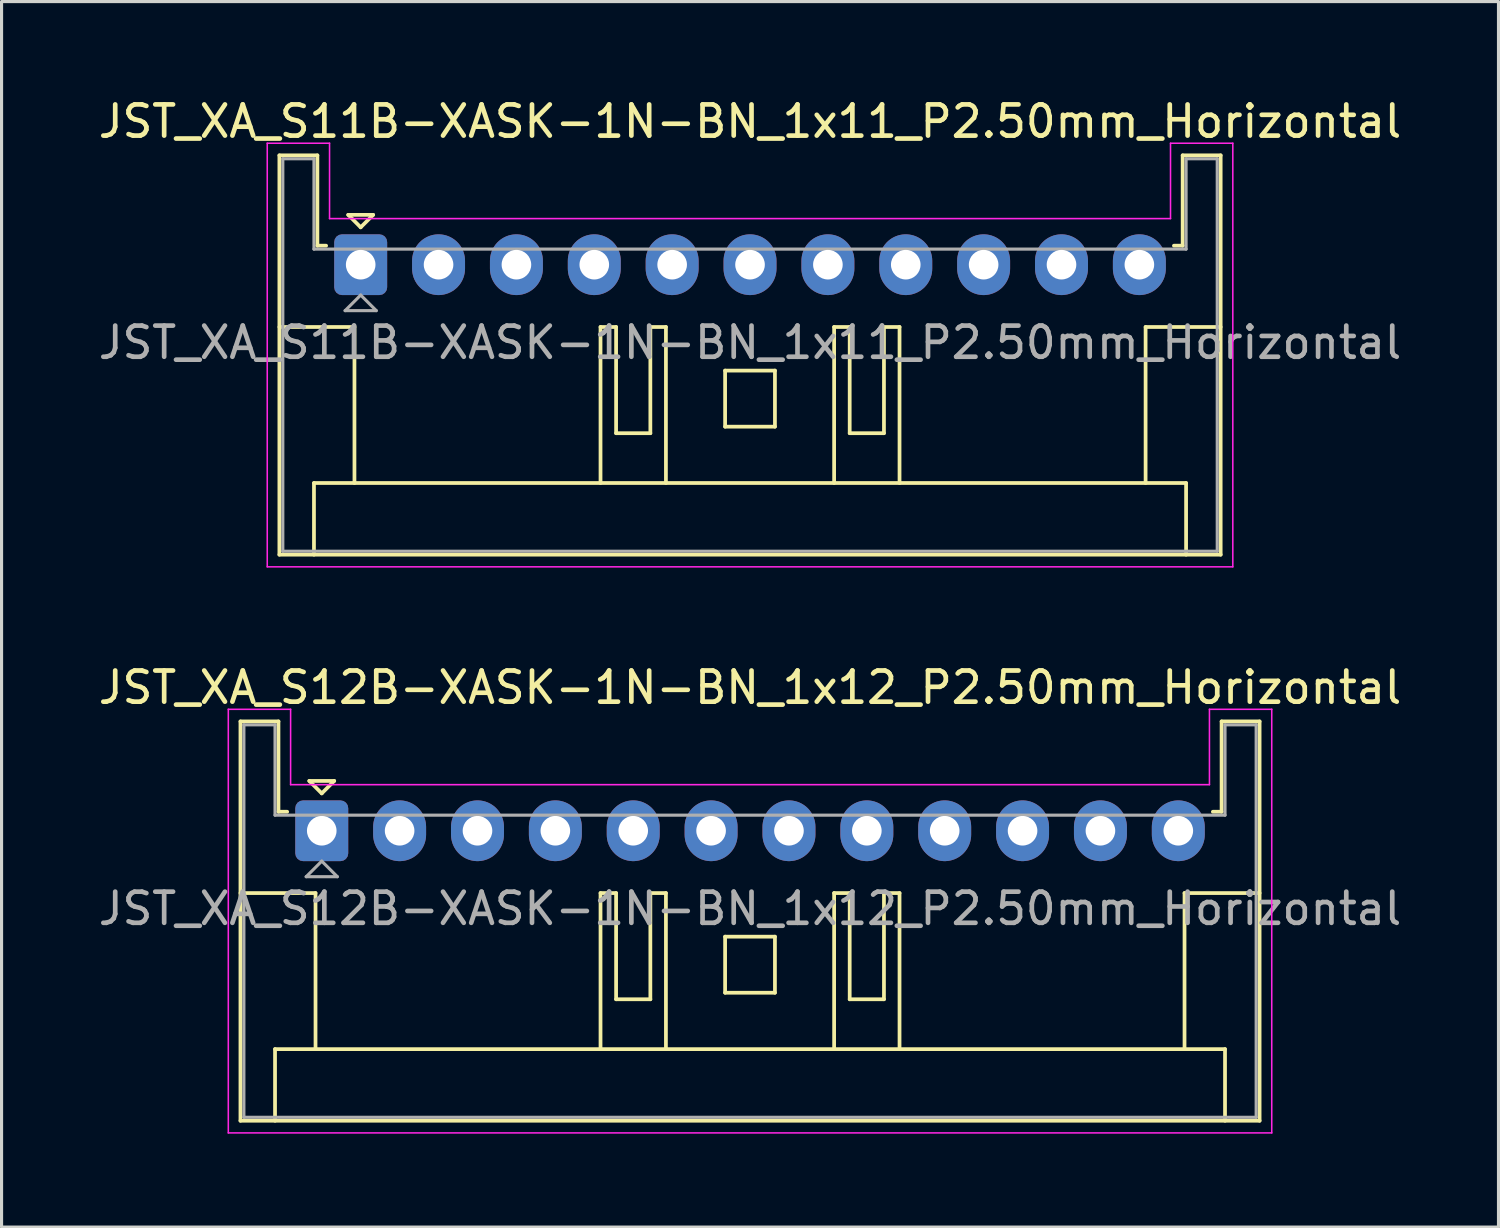
<source format=kicad_pcb>
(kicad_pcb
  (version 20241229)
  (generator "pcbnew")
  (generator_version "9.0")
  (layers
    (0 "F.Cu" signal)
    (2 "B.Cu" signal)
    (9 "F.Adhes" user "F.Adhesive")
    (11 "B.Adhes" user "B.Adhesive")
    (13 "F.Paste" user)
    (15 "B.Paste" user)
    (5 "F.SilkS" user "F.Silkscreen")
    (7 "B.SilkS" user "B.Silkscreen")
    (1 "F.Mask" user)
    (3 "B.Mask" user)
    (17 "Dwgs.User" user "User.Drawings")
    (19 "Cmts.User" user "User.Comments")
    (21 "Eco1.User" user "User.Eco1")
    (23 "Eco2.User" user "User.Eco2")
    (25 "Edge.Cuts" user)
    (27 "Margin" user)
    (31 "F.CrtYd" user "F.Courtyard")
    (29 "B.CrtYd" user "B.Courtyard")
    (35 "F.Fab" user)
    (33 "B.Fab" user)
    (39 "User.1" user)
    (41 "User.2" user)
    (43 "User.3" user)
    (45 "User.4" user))
  (footprint "JST_XA_S11B-XASK-1N-BN_1x11_P2.50mm_Horizontal"
    (layer "F.Cu")
    (at 8.53 5.448)
    (property "Reference" "JST_XA_S11B-XASK-1N-BN_1x11_P2.50mm_Horizontal" (at 12.5 -4.6 0) (layer "F.SilkS") (effects (font (size 1 1) (thickness 0.15))))
    (attr through_hole)
    (fp_line (start -2.61 -3.51) (end -2.61 9.31) (stroke (width 0.12) (type solid)) (layer "F.SilkS"))
    (fp_line (start -2.61 9.31) (end 27.61 9.31) (stroke (width 0.12) (type solid)) (layer "F.SilkS"))
    (fp_line (start -1.5 7.01) (end 26.5 7.01) (stroke (width 0.12) (type solid)) (layer "F.SilkS"))
    (fp_line (start -1.5 9.31) (end -1.5 7.01) (stroke (width 0.12) (type solid)) (layer "F.SilkS"))
    (fp_line (start -1.39 -3.51) (end -2.61 -3.51) (stroke (width 0.12) (type solid)) (layer "F.SilkS"))
    (fp_line (start -1.39 -0.61) (end -1.39 -3.51) (stroke (width 0.12) (type solid)) (layer "F.SilkS"))
    (fp_line (start -1.11 -0.61) (end -1.39 -0.61) (stroke (width 0.12) (type solid)) (layer "F.SilkS"))
    (fp_line (start -0.4 -1.6) (end 0.4 -1.6) (stroke (width 0.12) (type solid)) (layer "F.SilkS"))
    (fp_line (start -0.2 2) (end -2.61 2) (stroke (width 0.12) (type solid)) (layer "F.SilkS"))
    (fp_line (start -0.2 7.01) (end -0.2 2) (stroke (width 0.12) (type solid)) (layer "F.SilkS"))
    (fp_line (start 0 -1.2) (end -0.4 -1.6) (stroke (width 0.12) (type solid)) (layer "F.SilkS"))
    (fp_line (start 0.4 -1.6) (end 0 -1.2) (stroke (width 0.12) (type solid)) (layer "F.SilkS"))
    (fp_line (start 7.7 2) (end 7.7 7.01) (stroke (width 0.12) (type solid)) (layer "F.SilkS"))
    (fp_line (start 8.2 2) (end 7.7 2) (stroke (width 0.12) (type solid)) (layer "F.SilkS"))
    (fp_line (start 8.2 5.41) (end 8.2 2) (stroke (width 0.12) (type solid)) (layer "F.SilkS"))
    (fp_line (start 9.3 2) (end 9.3 5.41) (stroke (width 0.12) (type solid)) (layer "F.SilkS"))
    (fp_line (start 9.3 5.41) (end 8.2 5.41) (stroke (width 0.12) (type solid)) (layer "F.SilkS"))
    (fp_line (start 9.8 2) (end 9.3 2) (stroke (width 0.12) (type solid)) (layer "F.SilkS"))
    (fp_line (start 9.8 7.01) (end 9.8 2) (stroke (width 0.12) (type solid)) (layer "F.SilkS"))
    (fp_line (start 11.7 3.4) (end 13.3 3.4) (stroke (width 0.12) (type solid)) (layer "F.SilkS"))
    (fp_line (start 11.7 5.2) (end 11.7 3.4) (stroke (width 0.12) (type solid)) (layer "F.SilkS"))
    (fp_line (start 13.3 3.4) (end 13.3 5.2) (stroke (width 0.12) (type solid)) (layer "F.SilkS"))
    (fp_line (start 13.3 5.2) (end 11.7 5.2) (stroke (width 0.12) (type solid)) (layer "F.SilkS"))
    (fp_line (start 15.2 2) (end 15.7 2) (stroke (width 0.12) (type solid)) (layer "F.SilkS"))
    (fp_line (start 15.2 7.01) (end 15.2 2) (stroke (width 0.12) (type solid)) (layer "F.SilkS"))
    (fp_line (start 15.7 2) (end 15.7 5.41) (stroke (width 0.12) (type solid)) (layer "F.SilkS"))
    (fp_line (start 15.7 5.41) (end 16.8 5.41) (stroke (width 0.12) (type solid)) (layer "F.SilkS"))
    (fp_line (start 16.8 2) (end 17.3 2) (stroke (width 0.12) (type solid)) (layer "F.SilkS"))
    (fp_line (start 16.8 5.41) (end 16.8 2) (stroke (width 0.12) (type solid)) (layer "F.SilkS"))
    (fp_line (start 17.3 2) (end 17.3 7.01) (stroke (width 0.12) (type solid)) (layer "F.SilkS"))
    (fp_line (start 25.2 2) (end 27.61 2) (stroke (width 0.12) (type solid)) (layer "F.SilkS"))
    (fp_line (start 25.2 7.01) (end 25.2 2) (stroke (width 0.12) (type solid)) (layer "F.SilkS"))
    (fp_line (start 26.39 -3.51) (end 26.39 -0.61) (stroke (width 0.12) (type solid)) (layer "F.SilkS"))
    (fp_line (start 26.39 -0.61) (end 26.11 -0.61) (stroke (width 0.12) (type solid)) (layer "F.SilkS"))
    (fp_line (start 26.5 7.01) (end 26.5 9.31) (stroke (width 0.12) (type solid)) (layer "F.SilkS"))
    (fp_line (start 27.61 -3.51) (end 26.39 -3.51) (stroke (width 0.12) (type solid)) (layer "F.SilkS"))
    (fp_line (start 27.61 9.31) (end 27.61 -3.51) (stroke (width 0.12) (type solid)) (layer "F.SilkS"))
    (fp_line (start -3 -3.9) (end -3 9.7) (stroke (width 0.05) (type solid)) (layer "F.CrtYd"))
    (fp_line (start -3 9.7) (end 28 9.7) (stroke (width 0.05) (type solid)) (layer "F.CrtYd"))
    (fp_line (start -1 -3.9) (end -3 -3.9) (stroke (width 0.05) (type solid)) (layer "F.CrtYd"))
    (fp_line (start -1 -1.48) (end -1 -3.9) (stroke (width 0.05) (type solid)) (layer "F.CrtYd"))
    (fp_line (start 26 -3.9) (end 26 -1.48) (stroke (width 0.05) (type solid)) (layer "F.CrtYd"))
    (fp_line (start 26 -1.48) (end -1 -1.48) (stroke (width 0.05) (type solid)) (layer "F.CrtYd"))
    (fp_line (start 28 -3.9) (end 26 -3.9) (stroke (width 0.05) (type solid)) (layer "F.CrtYd"))
    (fp_line (start 28 9.7) (end 28 -3.9) (stroke (width 0.05) (type solid)) (layer "F.CrtYd"))
    (fp_line (start -2.5 -3.4) (end -2.5 9.2) (stroke (width 0.1) (type solid)) (layer "F.Fab"))
    (fp_line (start -2.5 9.2) (end 27.5 9.2) (stroke (width 0.1) (type solid)) (layer "F.Fab"))
    (fp_line (start -1.5 -3.4) (end -2.5 -3.4) (stroke (width 0.1) (type solid)) (layer "F.Fab"))
    (fp_line (start -1.5 -0.5) (end -1.5 -3.4) (stroke (width 0.1) (type solid)) (layer "F.Fab"))
    (fp_line (start -0.5 1.475) (end 0.5 1.475) (stroke (width 0.1) (type solid)) (layer "F.Fab"))
    (fp_line (start 0 0.975) (end -0.5 1.475) (stroke (width 0.1) (type solid)) (layer "F.Fab"))
    (fp_line (start 0.5 1.475) (end 0 0.975) (stroke (width 0.1) (type solid)) (layer "F.Fab"))
    (fp_line (start 26.5 -3.4) (end 26.5 -0.5) (stroke (width 0.1) (type solid)) (layer "F.Fab"))
    (fp_line (start 26.5 -0.5) (end -1.5 -0.5) (stroke (width 0.1) (type solid)) (layer "F.Fab"))
    (fp_line (start 27.5 -3.4) (end 26.5 -3.4) (stroke (width 0.1) (type solid)) (layer "F.Fab"))
    (fp_line (start 27.5 9.2) (end 27.5 -3.4) (stroke (width 0.1) (type solid)) (layer "F.Fab"))
    (fp_text user "${REFERENCE}" (at 12.5 2.5 0) (layer "F.Fab") (effects (font (size 1 1) (thickness 0.15))))
    (pad "1" thru_hole roundrect (at 0 0) (size 1.7 1.95) (drill 0.95) (layers "*.Cu" "*.Mask") (roundrect_rratio 0.147))
    (pad "2" thru_hole oval (at 2.5 0) (size 1.7 1.95) (drill 0.95) (layers "*.Cu" "*.Mask"))
    (pad "3" thru_hole oval (at 5 0) (size 1.7 1.95) (drill 0.95) (layers "*.Cu" "*.Mask"))
    (pad "4" thru_hole oval (at 7.5 0) (size 1.7 1.95) (drill 0.95) (layers "*.Cu" "*.Mask"))
    (pad "5" thru_hole oval (at 10 0) (size 1.7 1.95) (drill 0.95) (layers "*.Cu" "*.Mask"))
    (pad "6" thru_hole oval (at 12.5 0) (size 1.7 1.95) (drill 0.95) (layers "*.Cu" "*.Mask"))
    (pad "7" thru_hole oval (at 15 0) (size 1.7 1.95) (drill 0.95) (layers "*.Cu" "*.Mask"))
    (pad "8" thru_hole oval (at 17.5 0) (size 1.7 1.95) (drill 0.95) (layers "*.Cu" "*.Mask"))
    (pad "9" thru_hole oval (at 20 0) (size 1.7 1.95) (drill 0.95) (layers "*.Cu" "*.Mask"))
    (pad "10" thru_hole oval (at 22.5 0) (size 1.7 1.95) (drill 0.95) (layers "*.Cu" "*.Mask"))
    (pad "11" thru_hole oval (at 25 0) (size 1.7 1.95) (drill 0.95) (layers "*.Cu" "*.Mask")))
  (footprint "JST_XA_S12B-XASK-1N-BN_1x12_P2.50mm_Horizontal"
    (layer "F.Cu")
    (at 7.28 23.622)
    (property "Reference" "JST_XA_S12B-XASK-1N-BN_1x12_P2.50mm_Horizontal" (at 13.75 -4.6 0) (layer "F.SilkS") (effects (font (size 1 1) (thickness 0.15))))
    (attr through_hole)
    (fp_line (start -2.61 -3.51) (end -2.61 9.31) (stroke (width 0.12) (type solid)) (layer "F.SilkS"))
    (fp_line (start -2.61 9.31) (end 30.11 9.31) (stroke (width 0.12) (type solid)) (layer "F.SilkS"))
    (fp_line (start -1.5 7.01) (end 29 7.01) (stroke (width 0.12) (type solid)) (layer "F.SilkS"))
    (fp_line (start -1.5 9.31) (end -1.5 7.01) (stroke (width 0.12) (type solid)) (layer "F.SilkS"))
    (fp_line (start -1.39 -3.51) (end -2.61 -3.51) (stroke (width 0.12) (type solid)) (layer "F.SilkS"))
    (fp_line (start -1.39 -0.61) (end -1.39 -3.51) (stroke (width 0.12) (type solid)) (layer "F.SilkS"))
    (fp_line (start -1.11 -0.61) (end -1.39 -0.61) (stroke (width 0.12) (type solid)) (layer "F.SilkS"))
    (fp_line (start -0.4 -1.6) (end 0.4 -1.6) (stroke (width 0.12) (type solid)) (layer "F.SilkS"))
    (fp_line (start -0.2 2) (end -2.61 2) (stroke (width 0.12) (type solid)) (layer "F.SilkS"))
    (fp_line (start -0.2 7.01) (end -0.2 2) (stroke (width 0.12) (type solid)) (layer "F.SilkS"))
    (fp_line (start 0 -1.2) (end -0.4 -1.6) (stroke (width 0.12) (type solid)) (layer "F.SilkS"))
    (fp_line (start 0.4 -1.6) (end 0 -1.2) (stroke (width 0.12) (type solid)) (layer "F.SilkS"))
    (fp_line (start 8.95 2) (end 8.95 7.01) (stroke (width 0.12) (type solid)) (layer "F.SilkS"))
    (fp_line (start 9.45 2) (end 8.95 2) (stroke (width 0.12) (type solid)) (layer "F.SilkS"))
    (fp_line (start 9.45 5.41) (end 9.45 2) (stroke (width 0.12) (type solid)) (layer "F.SilkS"))
    (fp_line (start 10.55 2) (end 10.55 5.41) (stroke (width 0.12) (type solid)) (layer "F.SilkS"))
    (fp_line (start 10.55 5.41) (end 9.45 5.41) (stroke (width 0.12) (type solid)) (layer "F.SilkS"))
    (fp_line (start 11.05 2) (end 10.55 2) (stroke (width 0.12) (type solid)) (layer "F.SilkS"))
    (fp_line (start 11.05 7.01) (end 11.05 2) (stroke (width 0.12) (type solid)) (layer "F.SilkS"))
    (fp_line (start 12.95 3.4) (end 14.55 3.4) (stroke (width 0.12) (type solid)) (layer "F.SilkS"))
    (fp_line (start 12.95 5.2) (end 12.95 3.4) (stroke (width 0.12) (type solid)) (layer "F.SilkS"))
    (fp_line (start 14.55 3.4) (end 14.55 5.2) (stroke (width 0.12) (type solid)) (layer "F.SilkS"))
    (fp_line (start 14.55 5.2) (end 12.95 5.2) (stroke (width 0.12) (type solid)) (layer "F.SilkS"))
    (fp_line (start 16.45 2) (end 16.95 2) (stroke (width 0.12) (type solid)) (layer "F.SilkS"))
    (fp_line (start 16.45 7.01) (end 16.45 2) (stroke (width 0.12) (type solid)) (layer "F.SilkS"))
    (fp_line (start 16.95 2) (end 16.95 5.41) (stroke (width 0.12) (type solid)) (layer "F.SilkS"))
    (fp_line (start 16.95 5.41) (end 18.05 5.41) (stroke (width 0.12) (type solid)) (layer "F.SilkS"))
    (fp_line (start 18.05 2) (end 18.55 2) (stroke (width 0.12) (type solid)) (layer "F.SilkS"))
    (fp_line (start 18.05 5.41) (end 18.05 2) (stroke (width 0.12) (type solid)) (layer "F.SilkS"))
    (fp_line (start 18.55 2) (end 18.55 7.01) (stroke (width 0.12) (type solid)) (layer "F.SilkS"))
    (fp_line (start 27.7 2) (end 30.11 2) (stroke (width 0.12) (type solid)) (layer "F.SilkS"))
    (fp_line (start 27.7 7.01) (end 27.7 2) (stroke (width 0.12) (type solid)) (layer "F.SilkS"))
    (fp_line (start 28.89 -3.51) (end 28.89 -0.61) (stroke (width 0.12) (type solid)) (layer "F.SilkS"))
    (fp_line (start 28.89 -0.61) (end 28.61 -0.61) (stroke (width 0.12) (type solid)) (layer "F.SilkS"))
    (fp_line (start 29 7.01) (end 29 9.31) (stroke (width 0.12) (type solid)) (layer "F.SilkS"))
    (fp_line (start 30.11 -3.51) (end 28.89 -3.51) (stroke (width 0.12) (type solid)) (layer "F.SilkS"))
    (fp_line (start 30.11 9.31) (end 30.11 -3.51) (stroke (width 0.12) (type solid)) (layer "F.SilkS"))
    (fp_line (start -3 -3.9) (end -3 9.7) (stroke (width 0.05) (type solid)) (layer "F.CrtYd"))
    (fp_line (start -3 9.7) (end 30.5 9.7) (stroke (width 0.05) (type solid)) (layer "F.CrtYd"))
    (fp_line (start -1 -3.9) (end -3 -3.9) (stroke (width 0.05) (type solid)) (layer "F.CrtYd"))
    (fp_line (start -1 -1.48) (end -1 -3.9) (stroke (width 0.05) (type solid)) (layer "F.CrtYd"))
    (fp_line (start 28.5 -3.9) (end 28.5 -1.48) (stroke (width 0.05) (type solid)) (layer "F.CrtYd"))
    (fp_line (start 28.5 -1.48) (end -1 -1.48) (stroke (width 0.05) (type solid)) (layer "F.CrtYd"))
    (fp_line (start 30.5 -3.9) (end 28.5 -3.9) (stroke (width 0.05) (type solid)) (layer "F.CrtYd"))
    (fp_line (start 30.5 9.7) (end 30.5 -3.9) (stroke (width 0.05) (type solid)) (layer "F.CrtYd"))
    (fp_line (start -2.5 -3.4) (end -2.5 9.2) (stroke (width 0.1) (type solid)) (layer "F.Fab"))
    (fp_line (start -2.5 9.2) (end 30 9.2) (stroke (width 0.1) (type solid)) (layer "F.Fab"))
    (fp_line (start -1.5 -3.4) (end -2.5 -3.4) (stroke (width 0.1) (type solid)) (layer "F.Fab"))
    (fp_line (start -1.5 -0.5) (end -1.5 -3.4) (stroke (width 0.1) (type solid)) (layer "F.Fab"))
    (fp_line (start -0.5 1.475) (end 0.5 1.475) (stroke (width 0.1) (type solid)) (layer "F.Fab"))
    (fp_line (start 0 0.975) (end -0.5 1.475) (stroke (width 0.1) (type solid)) (layer "F.Fab"))
    (fp_line (start 0.5 1.475) (end 0 0.975) (stroke (width 0.1) (type solid)) (layer "F.Fab"))
    (fp_line (start 29 -3.4) (end 29 -0.5) (stroke (width 0.1) (type solid)) (layer "F.Fab"))
    (fp_line (start 29 -0.5) (end -1.5 -0.5) (stroke (width 0.1) (type solid)) (layer "F.Fab"))
    (fp_line (start 30 -3.4) (end 29 -3.4) (stroke (width 0.1) (type solid)) (layer "F.Fab"))
    (fp_line (start 30 9.2) (end 30 -3.4) (stroke (width 0.1) (type solid)) (layer "F.Fab"))
    (fp_text user "${REFERENCE}" (at 13.75 2.5 0) (layer "F.Fab") (effects (font (size 1 1) (thickness 0.15))))
    (pad "1" thru_hole roundrect (at 0 0) (size 1.7 1.95) (drill 0.95) (layers "*.Cu" "*.Mask") (roundrect_rratio 0.147))
    (pad "2" thru_hole oval (at 2.5 0) (size 1.7 1.95) (drill 0.95) (layers "*.Cu" "*.Mask"))
    (pad "3" thru_hole oval (at 5 0) (size 1.7 1.95) (drill 0.95) (layers "*.Cu" "*.Mask"))
    (pad "4" thru_hole oval (at 7.5 0) (size 1.7 1.95) (drill 0.95) (layers "*.Cu" "*.Mask"))
    (pad "5" thru_hole oval (at 10 0) (size 1.7 1.95) (drill 0.95) (layers "*.Cu" "*.Mask"))
    (pad "6" thru_hole oval (at 12.5 0) (size 1.7 1.95) (drill 0.95) (layers "*.Cu" "*.Mask"))
    (pad "7" thru_hole oval (at 15 0) (size 1.7 1.95) (drill 0.95) (layers "*.Cu" "*.Mask"))
    (pad "8" thru_hole oval (at 17.5 0) (size 1.7 1.95) (drill 0.95) (layers "*.Cu" "*.Mask"))
    (pad "9" thru_hole oval (at 20 0) (size 1.7 1.95) (drill 0.95) (layers "*.Cu" "*.Mask"))
    (pad "10" thru_hole oval (at 22.5 0) (size 1.7 1.95) (drill 0.95) (layers "*.Cu" "*.Mask"))
    (pad "11" thru_hole oval (at 25 0) (size 1.7 1.95) (drill 0.95) (layers "*.Cu" "*.Mask"))
    (pad "12" thru_hole oval (at 27.5 0) (size 1.7 1.95) (drill 0.95) (layers "*.Cu" "*.Mask")))
  (gr_rect
    (start -3 -3)
    (end 45.06 36.346)
    (stroke (width 0.1) (type default))
    (fill no)
    (layer "Edge.Cuts")))
</source>
